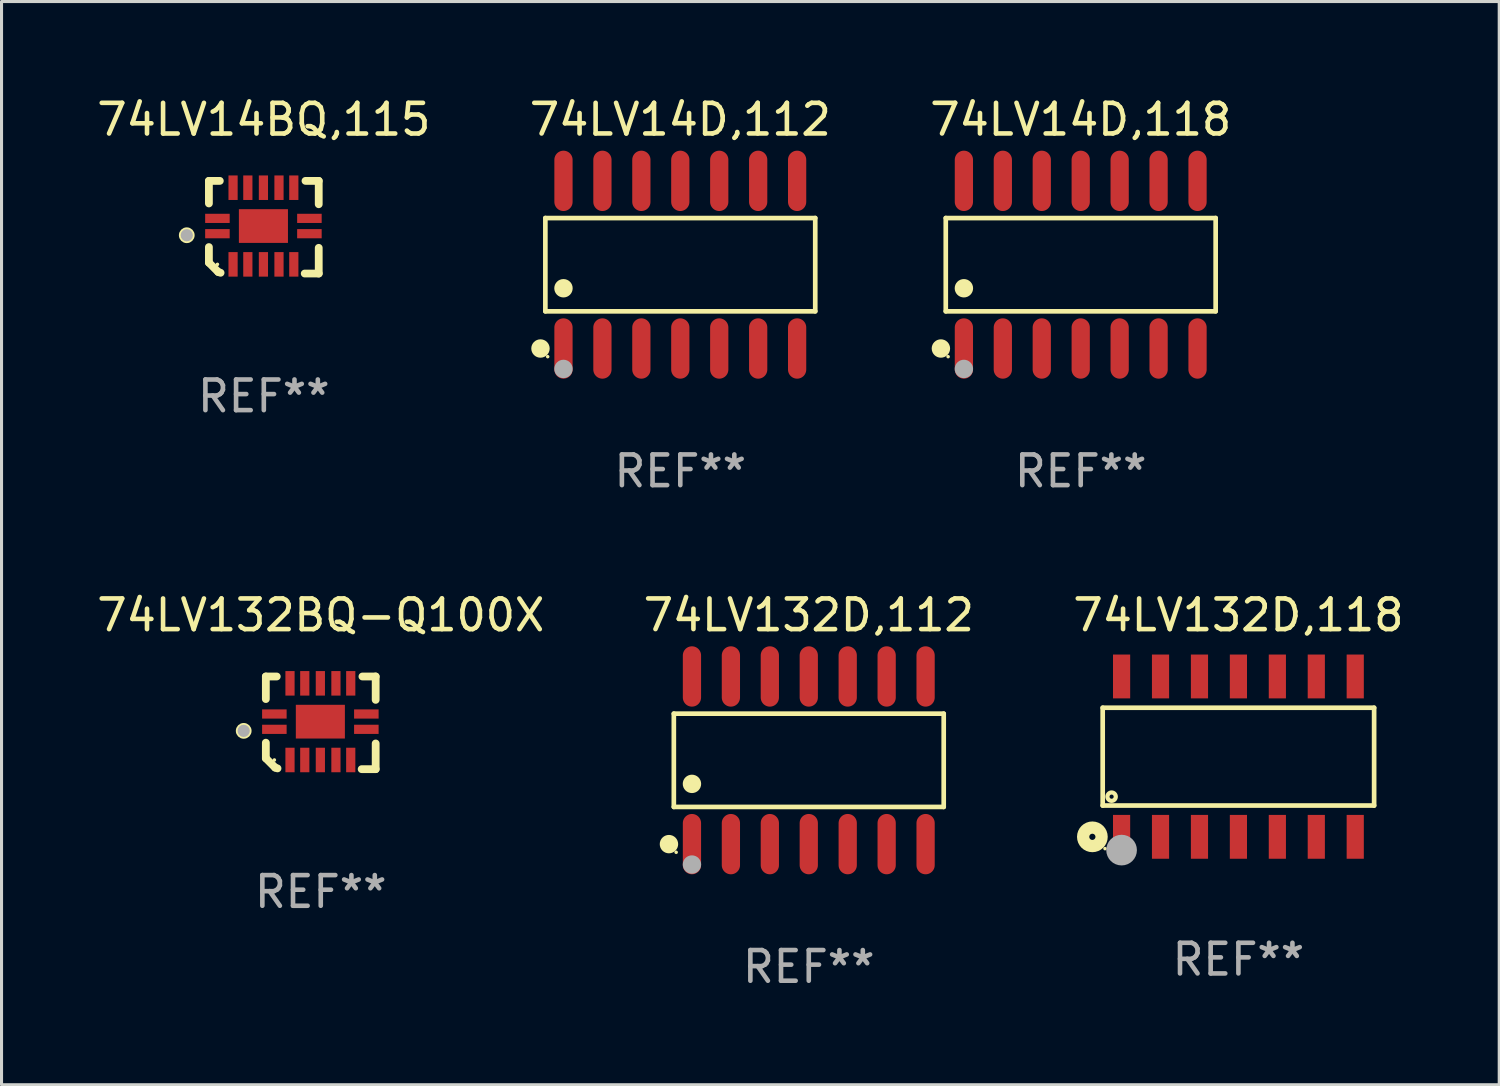
<source format=kicad_pcb>
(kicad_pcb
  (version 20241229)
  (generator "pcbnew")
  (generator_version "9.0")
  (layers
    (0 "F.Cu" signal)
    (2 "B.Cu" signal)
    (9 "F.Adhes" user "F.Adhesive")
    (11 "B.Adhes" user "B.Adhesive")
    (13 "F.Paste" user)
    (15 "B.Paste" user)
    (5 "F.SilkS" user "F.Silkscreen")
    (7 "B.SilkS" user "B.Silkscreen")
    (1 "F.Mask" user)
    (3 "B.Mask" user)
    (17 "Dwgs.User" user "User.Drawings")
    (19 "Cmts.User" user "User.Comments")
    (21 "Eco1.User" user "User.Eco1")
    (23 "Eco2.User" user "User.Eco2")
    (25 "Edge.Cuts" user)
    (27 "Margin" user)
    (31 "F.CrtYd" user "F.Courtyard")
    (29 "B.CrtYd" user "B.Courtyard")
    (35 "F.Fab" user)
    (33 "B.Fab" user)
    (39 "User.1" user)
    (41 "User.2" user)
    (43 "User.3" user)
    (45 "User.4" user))
  (footprint "74LV132D,112"
    (layer "F.Cu")
    (at 23.327 21.746)
    (property "Reference" "74LV132D,112" (at 0 -4.734 0) (layer "F.SilkS") (effects (font (size 1 1) (thickness 0.15))))
    (attr through_hole)
    (fp_line (start -4.401 -1.521) (end 4.401 -1.521) (stroke (width 0.152) (type solid)) (layer "F.SilkS"))
    (fp_line (start -4.401 1.521) (end -4.401 -1.521) (stroke (width 0.152) (type solid)) (layer "F.SilkS"))
    (fp_line (start 4.401 -1.521) (end 4.401 1.521) (stroke (width 0.152) (type solid)) (layer "F.SilkS"))
    (fp_line (start 4.401 1.521) (end -4.401 1.521) (stroke (width 0.152) (type solid)) (layer "F.SilkS"))
    (fp_circle (center -4.56 2.734) (end -4.41 2.734) (stroke (width 0.3) (type solid)) (fill no) (layer "F.SilkS"))
    (fp_circle (center -4.325 3) (end -4.295 3) (stroke (width 0.06) (type solid)) (fill no) (layer "F.SilkS"))
    (fp_circle (center -3.81 0.769) (end -3.66 0.769) (stroke (width 0.3) (type solid)) (fill no) (layer "F.SilkS"))
    (fp_circle (center -3.81 3.4) (end -3.66 3.4) (stroke (width 0.3) (type solid)) (fill no) (layer "F.Fab"))
    (fp_text user "REF**" (at 0 6.734 0) (layer "F.Fab") (effects (font (size 1 1) (thickness 0.15))))
    (pad "1" smd oval (at -3.81 2.734) (size 0.595 1.968) (layers "F.Cu" "F.Mask" "F.Paste"))
    (pad "2" smd oval (at -2.54 2.734) (size 0.595 1.968) (layers "F.Cu" "F.Mask" "F.Paste"))
    (pad "3" smd oval (at -1.27 2.734) (size 0.595 1.968) (layers "F.Cu" "F.Mask" "F.Paste"))
    (pad "4" smd oval (at 0 2.734) (size 0.595 1.968) (layers "F.Cu" "F.Mask" "F.Paste"))
    (pad "5" smd oval (at 1.27 2.734) (size 0.595 1.968) (layers "F.Cu" "F.Mask" "F.Paste"))
    (pad "6" smd oval (at 2.54 2.734) (size 0.595 1.968) (layers "F.Cu" "F.Mask" "F.Paste"))
    (pad "7" smd oval (at 3.81 2.734) (size 0.595 1.968) (layers "F.Cu" "F.Mask" "F.Paste"))
    (pad "8" smd oval (at 3.81 -2.734) (size 0.595 1.968) (layers "F.Cu" "F.Mask" "F.Paste"))
    (pad "9" smd oval (at 2.54 -2.734) (size 0.595 1.968) (layers "F.Cu" "F.Mask" "F.Paste"))
    (pad "10" smd oval (at 1.27 -2.734) (size 0.595 1.968) (layers "F.Cu" "F.Mask" "F.Paste"))
    (pad "11" smd oval (at 0 -2.734) (size 0.595 1.968) (layers "F.Cu" "F.Mask" "F.Paste"))
    (pad "12" smd oval (at -1.27 -2.734) (size 0.595 1.968) (layers "F.Cu" "F.Mask" "F.Paste"))
    (pad "13" smd oval (at -2.54 -2.734) (size 0.595 1.968) (layers "F.Cu" "F.Mask" "F.Paste"))
    (pad "14" smd oval (at -3.81 -2.734) (size 0.595 1.968) (layers "F.Cu" "F.Mask" "F.Paste")))
  (footprint "74LV132D,118"
    (layer "F.Cu")
    (at 37.339 21.627)
    (property "Reference" "74LV132D,118" (at 0 -4.615 0) (layer "F.SilkS") (effects (font (size 1 1) (thickness 0.15))))
    (attr through_hole)
    (fp_line (start -4.426 -1.595) (end 4.426 -1.595) (stroke (width 0.152) (type solid)) (layer "F.SilkS"))
    (fp_line (start -4.426 1.595) (end -4.426 -1.595) (stroke (width 0.152) (type solid)) (layer "F.SilkS"))
    (fp_line (start 4.426 -1.595) (end 4.426 1.595) (stroke (width 0.152) (type solid)) (layer "F.SilkS"))
    (fp_line (start 4.426 1.595) (end -4.426 1.595) (stroke (width 0.152) (type solid)) (layer "F.SilkS"))
    (fp_circle (center -4.763 2.615) (end -4.662 2.615) (stroke (width 0.4) (type solid)) (fill no) (layer "F.SilkS"))
    (fp_circle (center -4.35 3) (end -4.32 3) (stroke (width 0.06) (type solid)) (fill no) (layer "F.SilkS"))
    (fp_circle (center -4.136 1.305) (end -4.068 1.305) (stroke (width 0.137) (type solid)) (fill no) (layer "F.SilkS"))
    (fp_circle (center -3.81 3.048) (end -3.56 3.048) (stroke (width 0.5) (type solid)) (fill no) (layer "F.Fab"))
    (fp_text user "REF**" (at 0 6.615 0) (layer "F.Fab") (effects (font (size 1 1) (thickness 0.15))))
    (pad "1" smd rect (at -3.81 2.615) (size 0.56 1.43) (layers "F.Cu" "F.Mask" "F.Paste"))
    (pad "2" smd rect (at -2.54 2.615) (size 0.56 1.43) (layers "F.Cu" "F.Mask" "F.Paste"))
    (pad "3" smd rect (at -1.27 2.615) (size 0.56 1.43) (layers "F.Cu" "F.Mask" "F.Paste"))
    (pad "4" smd rect (at -0.000013 2.615) (size 0.56 1.43) (layers "F.Cu" "F.Mask" "F.Paste"))
    (pad "5" smd rect (at 1.27 2.615) (size 0.56 1.43) (layers "F.Cu" "F.Mask" "F.Paste"))
    (pad "6" smd rect (at 2.54 2.615) (size 0.56 1.43) (layers "F.Cu" "F.Mask" "F.Paste"))
    (pad "7" smd rect (at 3.81 2.615) (size 0.56 1.43) (layers "F.Cu" "F.Mask" "F.Paste"))
    (pad "8" smd rect (at 3.81 -2.615) (size 0.56 1.43) (layers "F.Cu" "F.Mask" "F.Paste"))
    (pad "9" smd rect (at 2.54 -2.615) (size 0.56 1.43) (layers "F.Cu" "F.Mask" "F.Paste"))
    (pad "10" smd rect (at 1.27 -2.615) (size 0.56 1.43) (layers "F.Cu" "F.Mask" "F.Paste"))
    (pad "11" smd rect (at -0.000013 -2.615) (size 0.56 1.43) (layers "F.Cu" "F.Mask" "F.Paste"))
    (pad "12" smd rect (at -1.27 -2.615) (size 0.56 1.43) (layers "F.Cu" "F.Mask" "F.Paste"))
    (pad "13" smd rect (at -2.54 -2.615) (size 0.56 1.43) (layers "F.Cu" "F.Mask" "F.Paste"))
    (pad "14" smd rect (at -3.81 -2.615) (size 0.56 1.43) (layers "F.Cu" "F.Mask" "F.Paste")))
  (footprint "74LV14D,112"
    (layer "F.Cu")
    (at 19.137 5.582)
    (property "Reference" "74LV14D,112" (at 0 -4.734 0) (layer "F.SilkS") (effects (font (size 1 1) (thickness 0.15))))
    (attr through_hole)
    (fp_line (start -4.401 -1.521) (end 4.401 -1.521) (stroke (width 0.152) (type solid)) (layer "F.SilkS"))
    (fp_line (start -4.401 1.521) (end -4.401 -1.521) (stroke (width 0.152) (type solid)) (layer "F.SilkS"))
    (fp_line (start 4.401 -1.521) (end 4.401 1.521) (stroke (width 0.152) (type solid)) (layer "F.SilkS"))
    (fp_line (start 4.401 1.521) (end -4.401 1.521) (stroke (width 0.152) (type solid)) (layer "F.SilkS"))
    (fp_circle (center -4.56 2.734) (end -4.41 2.734) (stroke (width 0.3) (type solid)) (fill no) (layer "F.SilkS"))
    (fp_circle (center -4.325 3) (end -4.295 3) (stroke (width 0.06) (type solid)) (fill no) (layer "F.SilkS"))
    (fp_circle (center -3.81 0.769) (end -3.66 0.769) (stroke (width 0.3) (type solid)) (fill no) (layer "F.SilkS"))
    (fp_circle (center -3.81 3.4) (end -3.66 3.4) (stroke (width 0.3) (type solid)) (fill no) (layer "F.Fab"))
    (fp_text user "REF**" (at 0 6.734 0) (layer "F.Fab") (effects (font (size 1 1) (thickness 0.15))))
    (pad "1" smd oval (at -3.81 2.734) (size 0.595 1.968) (layers "F.Cu" "F.Mask" "F.Paste"))
    (pad "2" smd oval (at -2.54 2.734) (size 0.595 1.968) (layers "F.Cu" "F.Mask" "F.Paste"))
    (pad "3" smd oval (at -1.27 2.734) (size 0.595 1.968) (layers "F.Cu" "F.Mask" "F.Paste"))
    (pad "4" smd oval (at 0 2.734) (size 0.595 1.968) (layers "F.Cu" "F.Mask" "F.Paste"))
    (pad "5" smd oval (at 1.27 2.734) (size 0.595 1.968) (layers "F.Cu" "F.Mask" "F.Paste"))
    (pad "6" smd oval (at 2.54 2.734) (size 0.595 1.968) (layers "F.Cu" "F.Mask" "F.Paste"))
    (pad "7" smd oval (at 3.81 2.734) (size 0.595 1.968) (layers "F.Cu" "F.Mask" "F.Paste"))
    (pad "8" smd oval (at 3.81 -2.734) (size 0.595 1.968) (layers "F.Cu" "F.Mask" "F.Paste"))
    (pad "9" smd oval (at 2.54 -2.734) (size 0.595 1.968) (layers "F.Cu" "F.Mask" "F.Paste"))
    (pad "10" smd oval (at 1.27 -2.734) (size 0.595 1.968) (layers "F.Cu" "F.Mask" "F.Paste"))
    (pad "11" smd oval (at 0 -2.734) (size 0.595 1.968) (layers "F.Cu" "F.Mask" "F.Paste"))
    (pad "12" smd oval (at -1.27 -2.734) (size 0.595 1.968) (layers "F.Cu" "F.Mask" "F.Paste"))
    (pad "13" smd oval (at -2.54 -2.734) (size 0.595 1.968) (layers "F.Cu" "F.Mask" "F.Paste"))
    (pad "14" smd oval (at -3.81 -2.734) (size 0.595 1.968) (layers "F.Cu" "F.Mask" "F.Paste")))
  (footprint "74LV14D,118"
    (layer "F.Cu")
    (at 32.196 5.582)
    (property "Reference" "74LV14D,118" (at 0 -4.734 0) (layer "F.SilkS") (effects (font (size 1 1) (thickness 0.15))))
    (attr through_hole)
    (fp_line (start -4.401 -1.521) (end 4.401 -1.521) (stroke (width 0.152) (type solid)) (layer "F.SilkS"))
    (fp_line (start -4.401 1.521) (end -4.401 -1.521) (stroke (width 0.152) (type solid)) (layer "F.SilkS"))
    (fp_line (start 4.401 -1.521) (end 4.401 1.521) (stroke (width 0.152) (type solid)) (layer "F.SilkS"))
    (fp_line (start 4.401 1.521) (end -4.401 1.521) (stroke (width 0.152) (type solid)) (layer "F.SilkS"))
    (fp_circle (center -4.56 2.734) (end -4.41 2.734) (stroke (width 0.3) (type solid)) (fill no) (layer "F.SilkS"))
    (fp_circle (center -4.325 3) (end -4.295 3) (stroke (width 0.06) (type solid)) (fill no) (layer "F.SilkS"))
    (fp_circle (center -3.81 0.769) (end -3.66 0.769) (stroke (width 0.3) (type solid)) (fill no) (layer "F.SilkS"))
    (fp_circle (center -3.81 3.4) (end -3.66 3.4) (stroke (width 0.3) (type solid)) (fill no) (layer "F.Fab"))
    (fp_text user "REF**" (at 0 6.734 0) (layer "F.Fab") (effects (font (size 1 1) (thickness 0.15))))
    (pad "1" smd oval (at -3.81 2.734) (size 0.595 1.968) (layers "F.Cu" "F.Mask" "F.Paste"))
    (pad "2" smd oval (at -2.54 2.734) (size 0.595 1.968) (layers "F.Cu" "F.Mask" "F.Paste"))
    (pad "3" smd oval (at -1.27 2.734) (size 0.595 1.968) (layers "F.Cu" "F.Mask" "F.Paste"))
    (pad "4" smd oval (at 0 2.734) (size 0.595 1.968) (layers "F.Cu" "F.Mask" "F.Paste"))
    (pad "5" smd oval (at 1.27 2.734) (size 0.595 1.968) (layers "F.Cu" "F.Mask" "F.Paste"))
    (pad "6" smd oval (at 2.54 2.734) (size 0.595 1.968) (layers "F.Cu" "F.Mask" "F.Paste"))
    (pad "7" smd oval (at 3.81 2.734) (size 0.595 1.968) (layers "F.Cu" "F.Mask" "F.Paste"))
    (pad "8" smd oval (at 3.81 -2.734) (size 0.595 1.968) (layers "F.Cu" "F.Mask" "F.Paste"))
    (pad "9" smd oval (at 2.54 -2.734) (size 0.595 1.968) (layers "F.Cu" "F.Mask" "F.Paste"))
    (pad "10" smd oval (at 1.27 -2.734) (size 0.595 1.968) (layers "F.Cu" "F.Mask" "F.Paste"))
    (pad "11" smd oval (at 0 -2.734) (size 0.595 1.968) (layers "F.Cu" "F.Mask" "F.Paste"))
    (pad "12" smd oval (at -1.27 -2.734) (size 0.595 1.968) (layers "F.Cu" "F.Mask" "F.Paste"))
    (pad "13" smd oval (at -2.54 -2.734) (size 0.595 1.968) (layers "F.Cu" "F.Mask" "F.Paste"))
    (pad "14" smd oval (at -3.81 -2.734) (size 0.595 1.968) (layers "F.Cu" "F.Mask" "F.Paste")))
  (footprint "74LV14BQ,115"
    (layer "F.Cu")
    (at 5.554 4.36)
    (property "Reference" "74LV14BQ,115" (at 0 -3.511 0) (layer "F.SilkS") (effects (font (size 1 1) (thickness 0.15))))
    (attr through_hole)
    (fp_line (start -1.791 -1.511) (end -1.435 -1.511) (stroke (width 0.254) (type solid)) (layer "F.SilkS"))
    (fp_line (start -1.791 -0.775) (end -1.791 -1.511) (stroke (width 0.254) (type solid)) (layer "F.SilkS"))
    (fp_line (start -1.791 1.156) (end -1.791 0.648) (stroke (width 0.254) (type solid)) (layer "F.SilkS"))
    (fp_line (start -1.486 1.461) (end -1.791 1.156) (stroke (width 0.254) (type solid)) (layer "F.SilkS"))
    (fp_line (start -1.41 1.486) (end -1.486 1.461) (stroke (width 0.254) (type solid)) (layer "F.SilkS"))
    (fp_line (start 1.334 1.511) (end 1.791 1.511) (stroke (width 0.254) (type solid)) (layer "F.SilkS"))
    (fp_line (start 1.791 -1.511) (end 1.359 -1.511) (stroke (width 0.254) (type solid)) (layer "F.SilkS"))
    (fp_line (start 1.791 -0.749) (end 1.791 -1.511) (stroke (width 0.254) (type solid)) (layer "F.SilkS"))
    (fp_line (start 1.791 1.511) (end 1.791 0.673) (stroke (width 0.254) (type solid)) (layer "F.SilkS"))
    (fp_circle (center -2.513 0.262) (end -2.383 0.262) (stroke (width 0.254) (type solid)) (fill no) (layer "F.SilkS"))
    (fp_circle (center -1.513 1.212) (end -1.483 1.212) (stroke (width 0.06) (type solid)) (fill no) (layer "F.SilkS"))
    (fp_circle (center -2.513 0.262) (end -2.413 0.262) (stroke (width 0.2) (type solid)) (fill no) (layer "F.Fab"))
    (fp_text user "REF**" (at 0 5.511 0) (layer "F.Fab") (effects (font (size 1 1) (thickness 0.15))))
    (pad "1" smd rect (at -1.513 0.212) (size 0.8 0.3) (layers "F.Cu" "F.Mask" "F.Paste"))
    (pad "2" smd rect (at -1.003 1.212) (size 0.3 0.8) (layers "F.Cu" "F.Mask" "F.Paste"))
    (pad "3" smd rect (at -0.521 1.212) (size 0.3 0.8) (layers "F.Cu" "F.Mask" "F.Paste"))
    (pad "4" smd rect (at -0.013 1.212) (size 0.3 0.8) (layers "F.Cu" "F.Mask" "F.Paste"))
    (pad "5" smd rect (at 0.495 1.212) (size 0.3 0.8) (layers "F.Cu" "F.Mask" "F.Paste"))
    (pad "6" smd rect (at 0.978 1.212) (size 0.3 0.8) (layers "F.Cu" "F.Mask" "F.Paste"))
    (pad "7" smd rect (at 1.487 0.212) (size 0.8 0.3) (layers "F.Cu" "F.Mask" "F.Paste"))
    (pad "8" smd rect (at 1.487 -0.288) (size 0.8 0.3) (layers "F.Cu" "F.Mask" "F.Paste"))
    (pad "9" smd rect (at 0.978 -1.288) (size 0.3 0.8) (layers "F.Cu" "F.Mask" "F.Paste"))
    (pad "10" smd rect (at 0.495 -1.288) (size 0.3 0.8) (layers "F.Cu" "F.Mask" "F.Paste"))
    (pad "11" smd rect (at -0.013 -1.288) (size 0.3 0.8) (layers "F.Cu" "F.Mask" "F.Paste"))
    (pad "12" smd rect (at -0.521 -1.288) (size 0.3 0.8) (layers "F.Cu" "F.Mask" "F.Paste"))
    (pad "13" smd rect (at -1.003 -1.288) (size 0.3 0.8) (layers "F.Cu" "F.Mask" "F.Paste"))
    (pad "14" smd rect (at -1.513 -0.288) (size 0.8 0.3) (layers "F.Cu" "F.Mask" "F.Paste"))
    (pad "15" smd rect (at -0.013 -0.038 90) (size 1.1 1.6) (layers "F.Cu" "F.Mask" "F.Paste")))
  (footprint "74LV132BQ-Q100X"
    (layer "F.Cu")
    (at 7.411 20.524)
    (property "Reference" "74LV132BQ-Q100X" (at 0 -3.511 0) (layer "F.SilkS") (effects (font (size 1 1) (thickness 0.15))))
    (attr through_hole)
    (fp_line (start -1.791 -1.511) (end -1.435 -1.511) (stroke (width 0.254) (type solid)) (layer "F.SilkS"))
    (fp_line (start -1.791 -0.775) (end -1.791 -1.511) (stroke (width 0.254) (type solid)) (layer "F.SilkS"))
    (fp_line (start -1.791 1.156) (end -1.791 0.648) (stroke (width 0.254) (type solid)) (layer "F.SilkS"))
    (fp_line (start -1.486 1.461) (end -1.791 1.156) (stroke (width 0.254) (type solid)) (layer "F.SilkS"))
    (fp_line (start -1.41 1.486) (end -1.486 1.461) (stroke (width 0.254) (type solid)) (layer "F.SilkS"))
    (fp_line (start 1.334 1.511) (end 1.791 1.511) (stroke (width 0.254) (type solid)) (layer "F.SilkS"))
    (fp_line (start 1.791 -1.511) (end 1.359 -1.511) (stroke (width 0.254) (type solid)) (layer "F.SilkS"))
    (fp_line (start 1.791 -0.749) (end 1.791 -1.511) (stroke (width 0.254) (type solid)) (layer "F.SilkS"))
    (fp_line (start 1.791 1.511) (end 1.791 0.673) (stroke (width 0.254) (type solid)) (layer "F.SilkS"))
    (fp_circle (center -2.513 0.262) (end -2.383 0.262) (stroke (width 0.254) (type solid)) (fill no) (layer "F.SilkS"))
    (fp_circle (center -1.513 1.212) (end -1.483 1.212) (stroke (width 0.06) (type solid)) (fill no) (layer "F.SilkS"))
    (fp_circle (center -2.513 0.262) (end -2.413 0.262) (stroke (width 0.2) (type solid)) (fill no) (layer "F.Fab"))
    (fp_text user "REF**" (at 0 5.511 0) (layer "F.Fab") (effects (font (size 1 1) (thickness 0.15))))
    (pad "1" smd rect (at -1.513 0.212) (size 0.8 0.3) (layers "F.Cu" "F.Mask" "F.Paste"))
    (pad "2" smd rect (at -1.003 1.212) (size 0.3 0.8) (layers "F.Cu" "F.Mask" "F.Paste"))
    (pad "3" smd rect (at -0.521 1.212) (size 0.3 0.8) (layers "F.Cu" "F.Mask" "F.Paste"))
    (pad "4" smd rect (at -0.013 1.212) (size 0.3 0.8) (layers "F.Cu" "F.Mask" "F.Paste"))
    (pad "5" smd rect (at 0.495 1.212) (size 0.3 0.8) (layers "F.Cu" "F.Mask" "F.Paste"))
    (pad "6" smd rect (at 0.978 1.212) (size 0.3 0.8) (layers "F.Cu" "F.Mask" "F.Paste"))
    (pad "7" smd rect (at 1.487 0.212) (size 0.8 0.3) (layers "F.Cu" "F.Mask" "F.Paste"))
    (pad "8" smd rect (at 1.487 -0.288) (size 0.8 0.3) (layers "F.Cu" "F.Mask" "F.Paste"))
    (pad "9" smd rect (at 0.978 -1.288) (size 0.3 0.8) (layers "F.Cu" "F.Mask" "F.Paste"))
    (pad "10" smd rect (at 0.495 -1.288) (size 0.3 0.8) (layers "F.Cu" "F.Mask" "F.Paste"))
    (pad "11" smd rect (at -0.013 -1.288) (size 0.3 0.8) (layers "F.Cu" "F.Mask" "F.Paste"))
    (pad "12" smd rect (at -0.521 -1.288) (size 0.3 0.8) (layers "F.Cu" "F.Mask" "F.Paste"))
    (pad "13" smd rect (at -1.003 -1.288) (size 0.3 0.8) (layers "F.Cu" "F.Mask" "F.Paste"))
    (pad "14" smd rect (at -1.513 -0.288) (size 0.8 0.3) (layers "F.Cu" "F.Mask" "F.Paste"))
    (pad "15" smd rect (at -0.013 -0.038 90) (size 1.1 1.6) (layers "F.Cu" "F.Mask" "F.Paste")))
  (gr_rect
    (start -3 -3)
    (end 45.845 32.328)
    (stroke (width 0.1) (type default))
    (fill no)
    (layer "Edge.Cuts")))
</source>
